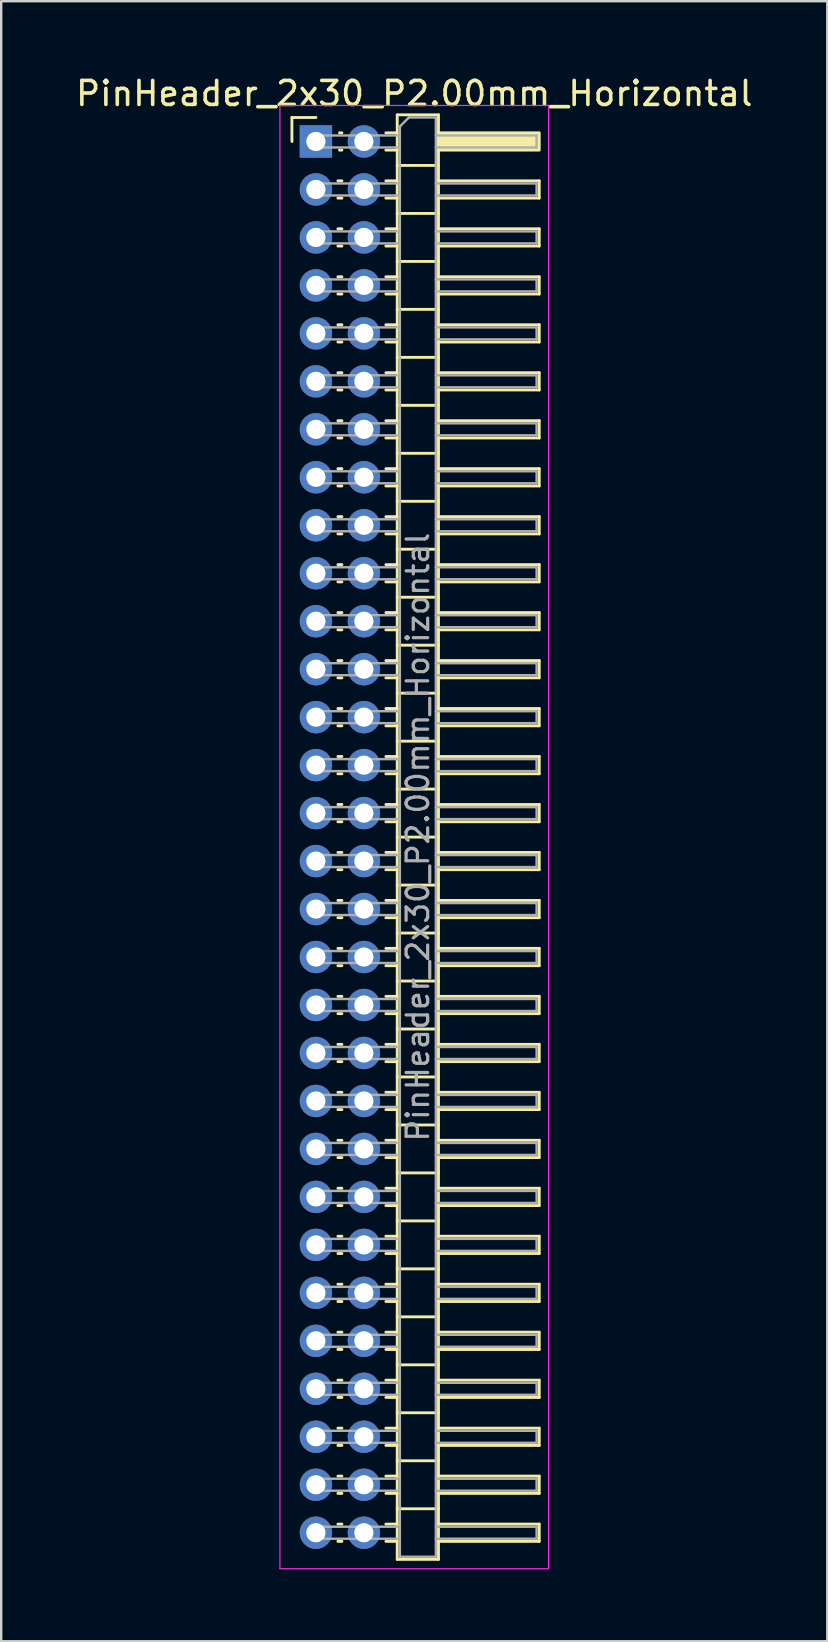
<source format=kicad_pcb>
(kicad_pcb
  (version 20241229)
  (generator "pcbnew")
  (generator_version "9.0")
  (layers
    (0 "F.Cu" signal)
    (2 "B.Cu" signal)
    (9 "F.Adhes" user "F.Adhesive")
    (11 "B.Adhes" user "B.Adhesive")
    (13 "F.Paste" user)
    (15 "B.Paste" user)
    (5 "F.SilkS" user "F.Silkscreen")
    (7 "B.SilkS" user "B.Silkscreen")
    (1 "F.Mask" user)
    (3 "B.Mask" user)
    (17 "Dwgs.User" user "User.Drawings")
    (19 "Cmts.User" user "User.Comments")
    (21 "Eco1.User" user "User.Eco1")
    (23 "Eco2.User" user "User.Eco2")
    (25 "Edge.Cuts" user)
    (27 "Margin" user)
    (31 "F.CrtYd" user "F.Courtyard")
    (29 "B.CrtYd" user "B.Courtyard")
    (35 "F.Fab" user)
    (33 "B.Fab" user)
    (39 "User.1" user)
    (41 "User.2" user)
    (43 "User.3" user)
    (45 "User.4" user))
  (footprint "PinHeader_2x30_P2.00mm_Horizontal"
    (layer "F.Cu")
    (at 10.12 2.848)
    (property "Reference" "PinHeader_2x30_P2.00mm_Horizontal" (at 4.1 -2 0) (layer "F.SilkS") (effects (font (size 1 1) (thickness 0.15))))
    (attr through_hole)
    (fp_line (start -1 -1) (end 0 -1) (stroke (width 0.12) (type solid)) (layer "F.SilkS"))
    (fp_line (start -1 0) (end -1 -1) (stroke (width 0.12) (type solid)) (layer "F.SilkS"))
    (fp_line (start 0.917 1.64) (end 1.083 1.64) (stroke (width 0.12) (type solid)) (layer "F.SilkS"))
    (fp_line (start 0.917 2.36) (end 1.083 2.36) (stroke (width 0.12) (type solid)) (layer "F.SilkS"))
    (fp_line (start 0.917 3.64) (end 1.083 3.64) (stroke (width 0.12) (type solid)) (layer "F.SilkS"))
    (fp_line (start 0.917 4.36) (end 1.083 4.36) (stroke (width 0.12) (type solid)) (layer "F.SilkS"))
    (fp_line (start 0.917 5.64) (end 1.083 5.64) (stroke (width 0.12) (type solid)) (layer "F.SilkS"))
    (fp_line (start 0.917 6.36) (end 1.083 6.36) (stroke (width 0.12) (type solid)) (layer "F.SilkS"))
    (fp_line (start 0.917 7.64) (end 1.083 7.64) (stroke (width 0.12) (type solid)) (layer "F.SilkS"))
    (fp_line (start 0.917 8.36) (end 1.083 8.36) (stroke (width 0.12) (type solid)) (layer "F.SilkS"))
    (fp_line (start 0.917 9.64) (end 1.083 9.64) (stroke (width 0.12) (type solid)) (layer "F.SilkS"))
    (fp_line (start 0.917 10.36) (end 1.083 10.36) (stroke (width 0.12) (type solid)) (layer "F.SilkS"))
    (fp_line (start 0.917 11.64) (end 1.083 11.64) (stroke (width 0.12) (type solid)) (layer "F.SilkS"))
    (fp_line (start 0.917 12.36) (end 1.083 12.36) (stroke (width 0.12) (type solid)) (layer "F.SilkS"))
    (fp_line (start 0.917 13.64) (end 1.083 13.64) (stroke (width 0.12) (type solid)) (layer "F.SilkS"))
    (fp_line (start 0.917 14.36) (end 1.083 14.36) (stroke (width 0.12) (type solid)) (layer "F.SilkS"))
    (fp_line (start 0.917 15.64) (end 1.083 15.64) (stroke (width 0.12) (type solid)) (layer "F.SilkS"))
    (fp_line (start 0.917 16.36) (end 1.083 16.36) (stroke (width 0.12) (type solid)) (layer "F.SilkS"))
    (fp_line (start 0.917 17.64) (end 1.083 17.64) (stroke (width 0.12) (type solid)) (layer "F.SilkS"))
    (fp_line (start 0.917 18.36) (end 1.083 18.36) (stroke (width 0.12) (type solid)) (layer "F.SilkS"))
    (fp_line (start 0.917 19.64) (end 1.083 19.64) (stroke (width 0.12) (type solid)) (layer "F.SilkS"))
    (fp_line (start 0.917 20.36) (end 1.083 20.36) (stroke (width 0.12) (type solid)) (layer "F.SilkS"))
    (fp_line (start 0.917 21.64) (end 1.083 21.64) (stroke (width 0.12) (type solid)) (layer "F.SilkS"))
    (fp_line (start 0.917 22.36) (end 1.083 22.36) (stroke (width 0.12) (type solid)) (layer "F.SilkS"))
    (fp_line (start 0.917 23.64) (end 1.083 23.64) (stroke (width 0.12) (type solid)) (layer "F.SilkS"))
    (fp_line (start 0.917 24.36) (end 1.083 24.36) (stroke (width 0.12) (type solid)) (layer "F.SilkS"))
    (fp_line (start 0.917 25.64) (end 1.083 25.64) (stroke (width 0.12) (type solid)) (layer "F.SilkS"))
    (fp_line (start 0.917 26.36) (end 1.083 26.36) (stroke (width 0.12) (type solid)) (layer "F.SilkS"))
    (fp_line (start 0.917 27.64) (end 1.083 27.64) (stroke (width 0.12) (type solid)) (layer "F.SilkS"))
    (fp_line (start 0.917 28.36) (end 1.083 28.36) (stroke (width 0.12) (type solid)) (layer "F.SilkS"))
    (fp_line (start 0.917 29.64) (end 1.083 29.64) (stroke (width 0.12) (type solid)) (layer "F.SilkS"))
    (fp_line (start 0.917 30.36) (end 1.083 30.36) (stroke (width 0.12) (type solid)) (layer "F.SilkS"))
    (fp_line (start 0.917 31.64) (end 1.083 31.64) (stroke (width 0.12) (type solid)) (layer "F.SilkS"))
    (fp_line (start 0.917 32.36) (end 1.083 32.36) (stroke (width 0.12) (type solid)) (layer "F.SilkS"))
    (fp_line (start 0.917 33.64) (end 1.083 33.64) (stroke (width 0.12) (type solid)) (layer "F.SilkS"))
    (fp_line (start 0.917 34.36) (end 1.083 34.36) (stroke (width 0.12) (type solid)) (layer "F.SilkS"))
    (fp_line (start 0.917 35.64) (end 1.083 35.64) (stroke (width 0.12) (type solid)) (layer "F.SilkS"))
    (fp_line (start 0.917 36.36) (end 1.083 36.36) (stroke (width 0.12) (type solid)) (layer "F.SilkS"))
    (fp_line (start 0.917 37.64) (end 1.083 37.64) (stroke (width 0.12) (type solid)) (layer "F.SilkS"))
    (fp_line (start 0.917 38.36) (end 1.083 38.36) (stroke (width 0.12) (type solid)) (layer "F.SilkS"))
    (fp_line (start 0.917 39.64) (end 1.083 39.64) (stroke (width 0.12) (type solid)) (layer "F.SilkS"))
    (fp_line (start 0.917 40.36) (end 1.083 40.36) (stroke (width 0.12) (type solid)) (layer "F.SilkS"))
    (fp_line (start 0.917 41.64) (end 1.083 41.64) (stroke (width 0.12) (type solid)) (layer "F.SilkS"))
    (fp_line (start 0.917 42.36) (end 1.083 42.36) (stroke (width 0.12) (type solid)) (layer "F.SilkS"))
    (fp_line (start 0.917 43.64) (end 1.083 43.64) (stroke (width 0.12) (type solid)) (layer "F.SilkS"))
    (fp_line (start 0.917 44.36) (end 1.083 44.36) (stroke (width 0.12) (type solid)) (layer "F.SilkS"))
    (fp_line (start 0.917 45.64) (end 1.083 45.64) (stroke (width 0.12) (type solid)) (layer "F.SilkS"))
    (fp_line (start 0.917 46.36) (end 1.083 46.36) (stroke (width 0.12) (type solid)) (layer "F.SilkS"))
    (fp_line (start 0.917 47.64) (end 1.083 47.64) (stroke (width 0.12) (type solid)) (layer "F.SilkS"))
    (fp_line (start 0.917 48.36) (end 1.083 48.36) (stroke (width 0.12) (type solid)) (layer "F.SilkS"))
    (fp_line (start 0.917 49.64) (end 1.083 49.64) (stroke (width 0.12) (type solid)) (layer "F.SilkS"))
    (fp_line (start 0.917 50.36) (end 1.083 50.36) (stroke (width 0.12) (type solid)) (layer "F.SilkS"))
    (fp_line (start 0.917 51.64) (end 1.083 51.64) (stroke (width 0.12) (type solid)) (layer "F.SilkS"))
    (fp_line (start 0.917 52.36) (end 1.083 52.36) (stroke (width 0.12) (type solid)) (layer "F.SilkS"))
    (fp_line (start 0.917 53.64) (end 1.083 53.64) (stroke (width 0.12) (type solid)) (layer "F.SilkS"))
    (fp_line (start 0.917 54.36) (end 1.083 54.36) (stroke (width 0.12) (type solid)) (layer "F.SilkS"))
    (fp_line (start 0.917 55.64) (end 1.083 55.64) (stroke (width 0.12) (type solid)) (layer "F.SilkS"))
    (fp_line (start 0.917 56.36) (end 1.083 56.36) (stroke (width 0.12) (type solid)) (layer "F.SilkS"))
    (fp_line (start 0.917 57.64) (end 1.083 57.64) (stroke (width 0.12) (type solid)) (layer "F.SilkS"))
    (fp_line (start 0.917 58.36) (end 1.083 58.36) (stroke (width 0.12) (type solid)) (layer "F.SilkS"))
    (fp_line (start 0.985 -0.36) (end 1.083 -0.36) (stroke (width 0.12) (type solid)) (layer "F.SilkS"))
    (fp_line (start 0.985 0.36) (end 1.083 0.36) (stroke (width 0.12) (type solid)) (layer "F.SilkS"))
    (fp_line (start 2.917 -0.36) (end 3.39 -0.36) (stroke (width 0.12) (type solid)) (layer "F.SilkS"))
    (fp_line (start 2.917 0.36) (end 3.39 0.36) (stroke (width 0.12) (type solid)) (layer "F.SilkS"))
    (fp_line (start 2.917 1.64) (end 3.39 1.64) (stroke (width 0.12) (type solid)) (layer "F.SilkS"))
    (fp_line (start 2.917 2.36) (end 3.39 2.36) (stroke (width 0.12) (type solid)) (layer "F.SilkS"))
    (fp_line (start 2.917 3.64) (end 3.39 3.64) (stroke (width 0.12) (type solid)) (layer "F.SilkS"))
    (fp_line (start 2.917 4.36) (end 3.39 4.36) (stroke (width 0.12) (type solid)) (layer "F.SilkS"))
    (fp_line (start 2.917 5.64) (end 3.39 5.64) (stroke (width 0.12) (type solid)) (layer "F.SilkS"))
    (fp_line (start 2.917 6.36) (end 3.39 6.36) (stroke (width 0.12) (type solid)) (layer "F.SilkS"))
    (fp_line (start 2.917 7.64) (end 3.39 7.64) (stroke (width 0.12) (type solid)) (layer "F.SilkS"))
    (fp_line (start 2.917 8.36) (end 3.39 8.36) (stroke (width 0.12) (type solid)) (layer "F.SilkS"))
    (fp_line (start 2.917 9.64) (end 3.39 9.64) (stroke (width 0.12) (type solid)) (layer "F.SilkS"))
    (fp_line (start 2.917 10.36) (end 3.39 10.36) (stroke (width 0.12) (type solid)) (layer "F.SilkS"))
    (fp_line (start 2.917 11.64) (end 3.39 11.64) (stroke (width 0.12) (type solid)) (layer "F.SilkS"))
    (fp_line (start 2.917 12.36) (end 3.39 12.36) (stroke (width 0.12) (type solid)) (layer "F.SilkS"))
    (fp_line (start 2.917 13.64) (end 3.39 13.64) (stroke (width 0.12) (type solid)) (layer "F.SilkS"))
    (fp_line (start 2.917 14.36) (end 3.39 14.36) (stroke (width 0.12) (type solid)) (layer "F.SilkS"))
    (fp_line (start 2.917 15.64) (end 3.39 15.64) (stroke (width 0.12) (type solid)) (layer "F.SilkS"))
    (fp_line (start 2.917 16.36) (end 3.39 16.36) (stroke (width 0.12) (type solid)) (layer "F.SilkS"))
    (fp_line (start 2.917 17.64) (end 3.39 17.64) (stroke (width 0.12) (type solid)) (layer "F.SilkS"))
    (fp_line (start 2.917 18.36) (end 3.39 18.36) (stroke (width 0.12) (type solid)) (layer "F.SilkS"))
    (fp_line (start 2.917 19.64) (end 3.39 19.64) (stroke (width 0.12) (type solid)) (layer "F.SilkS"))
    (fp_line (start 2.917 20.36) (end 3.39 20.36) (stroke (width 0.12) (type solid)) (layer "F.SilkS"))
    (fp_line (start 2.917 21.64) (end 3.39 21.64) (stroke (width 0.12) (type solid)) (layer "F.SilkS"))
    (fp_line (start 2.917 22.36) (end 3.39 22.36) (stroke (width 0.12) (type solid)) (layer "F.SilkS"))
    (fp_line (start 2.917 23.64) (end 3.39 23.64) (stroke (width 0.12) (type solid)) (layer "F.SilkS"))
    (fp_line (start 2.917 24.36) (end 3.39 24.36) (stroke (width 0.12) (type solid)) (layer "F.SilkS"))
    (fp_line (start 2.917 25.64) (end 3.39 25.64) (stroke (width 0.12) (type solid)) (layer "F.SilkS"))
    (fp_line (start 2.917 26.36) (end 3.39 26.36) (stroke (width 0.12) (type solid)) (layer "F.SilkS"))
    (fp_line (start 2.917 27.64) (end 3.39 27.64) (stroke (width 0.12) (type solid)) (layer "F.SilkS"))
    (fp_line (start 2.917 28.36) (end 3.39 28.36) (stroke (width 0.12) (type solid)) (layer "F.SilkS"))
    (fp_line (start 2.917 29.64) (end 3.39 29.64) (stroke (width 0.12) (type solid)) (layer "F.SilkS"))
    (fp_line (start 2.917 30.36) (end 3.39 30.36) (stroke (width 0.12) (type solid)) (layer "F.SilkS"))
    (fp_line (start 2.917 31.64) (end 3.39 31.64) (stroke (width 0.12) (type solid)) (layer "F.SilkS"))
    (fp_line (start 2.917 32.36) (end 3.39 32.36) (stroke (width 0.12) (type solid)) (layer "F.SilkS"))
    (fp_line (start 2.917 33.64) (end 3.39 33.64) (stroke (width 0.12) (type solid)) (layer "F.SilkS"))
    (fp_line (start 2.917 34.36) (end 3.39 34.36) (stroke (width 0.12) (type solid)) (layer "F.SilkS"))
    (fp_line (start 2.917 35.64) (end 3.39 35.64) (stroke (width 0.12) (type solid)) (layer "F.SilkS"))
    (fp_line (start 2.917 36.36) (end 3.39 36.36) (stroke (width 0.12) (type solid)) (layer "F.SilkS"))
    (fp_line (start 2.917 37.64) (end 3.39 37.64) (stroke (width 0.12) (type solid)) (layer "F.SilkS"))
    (fp_line (start 2.917 38.36) (end 3.39 38.36) (stroke (width 0.12) (type solid)) (layer "F.SilkS"))
    (fp_line (start 2.917 39.64) (end 3.39 39.64) (stroke (width 0.12) (type solid)) (layer "F.SilkS"))
    (fp_line (start 2.917 40.36) (end 3.39 40.36) (stroke (width 0.12) (type solid)) (layer "F.SilkS"))
    (fp_line (start 2.917 41.64) (end 3.39 41.64) (stroke (width 0.12) (type solid)) (layer "F.SilkS"))
    (fp_line (start 2.917 42.36) (end 3.39 42.36) (stroke (width 0.12) (type solid)) (layer "F.SilkS"))
    (fp_line (start 2.917 43.64) (end 3.39 43.64) (stroke (width 0.12) (type solid)) (layer "F.SilkS"))
    (fp_line (start 2.917 44.36) (end 3.39 44.36) (stroke (width 0.12) (type solid)) (layer "F.SilkS"))
    (fp_line (start 2.917 45.64) (end 3.39 45.64) (stroke (width 0.12) (type solid)) (layer "F.SilkS"))
    (fp_line (start 2.917 46.36) (end 3.39 46.36) (stroke (width 0.12) (type solid)) (layer "F.SilkS"))
    (fp_line (start 2.917 47.64) (end 3.39 47.64) (stroke (width 0.12) (type solid)) (layer "F.SilkS"))
    (fp_line (start 2.917 48.36) (end 3.39 48.36) (stroke (width 0.12) (type solid)) (layer "F.SilkS"))
    (fp_line (start 2.917 49.64) (end 3.39 49.64) (stroke (width 0.12) (type solid)) (layer "F.SilkS"))
    (fp_line (start 2.917 50.36) (end 3.39 50.36) (stroke (width 0.12) (type solid)) (layer "F.SilkS"))
    (fp_line (start 2.917 51.64) (end 3.39 51.64) (stroke (width 0.12) (type solid)) (layer "F.SilkS"))
    (fp_line (start 2.917 52.36) (end 3.39 52.36) (stroke (width 0.12) (type solid)) (layer "F.SilkS"))
    (fp_line (start 2.917 53.64) (end 3.39 53.64) (stroke (width 0.12) (type solid)) (layer "F.SilkS"))
    (fp_line (start 2.917 54.36) (end 3.39 54.36) (stroke (width 0.12) (type solid)) (layer "F.SilkS"))
    (fp_line (start 2.917 55.64) (end 3.39 55.64) (stroke (width 0.12) (type solid)) (layer "F.SilkS"))
    (fp_line (start 2.917 56.36) (end 3.39 56.36) (stroke (width 0.12) (type solid)) (layer "F.SilkS"))
    (fp_line (start 2.917 57.64) (end 3.39 57.64) (stroke (width 0.12) (type solid)) (layer "F.SilkS"))
    (fp_line (start 2.917 58.36) (end 3.39 58.36) (stroke (width 0.12) (type solid)) (layer "F.SilkS"))
    (fp_line (start 3.39 -1.11) (end 3.39 59.11) (stroke (width 0.12) (type solid)) (layer "F.SilkS"))
    (fp_line (start 3.39 1) (end 5.11 1) (stroke (width 0.12) (type solid)) (layer "F.SilkS"))
    (fp_line (start 3.39 3) (end 5.11 3) (stroke (width 0.12) (type solid)) (layer "F.SilkS"))
    (fp_line (start 3.39 5) (end 5.11 5) (stroke (width 0.12) (type solid)) (layer "F.SilkS"))
    (fp_line (start 3.39 7) (end 5.11 7) (stroke (width 0.12) (type solid)) (layer "F.SilkS"))
    (fp_line (start 3.39 9) (end 5.11 9) (stroke (width 0.12) (type solid)) (layer "F.SilkS"))
    (fp_line (start 3.39 11) (end 5.11 11) (stroke (width 0.12) (type solid)) (layer "F.SilkS"))
    (fp_line (start 3.39 13) (end 5.11 13) (stroke (width 0.12) (type solid)) (layer "F.SilkS"))
    (fp_line (start 3.39 15) (end 5.11 15) (stroke (width 0.12) (type solid)) (layer "F.SilkS"))
    (fp_line (start 3.39 17) (end 5.11 17) (stroke (width 0.12) (type solid)) (layer "F.SilkS"))
    (fp_line (start 3.39 19) (end 5.11 19) (stroke (width 0.12) (type solid)) (layer "F.SilkS"))
    (fp_line (start 3.39 21) (end 5.11 21) (stroke (width 0.12) (type solid)) (layer "F.SilkS"))
    (fp_line (start 3.39 23) (end 5.11 23) (stroke (width 0.12) (type solid)) (layer "F.SilkS"))
    (fp_line (start 3.39 25) (end 5.11 25) (stroke (width 0.12) (type solid)) (layer "F.SilkS"))
    (fp_line (start 3.39 27) (end 5.11 27) (stroke (width 0.12) (type solid)) (layer "F.SilkS"))
    (fp_line (start 3.39 29) (end 5.11 29) (stroke (width 0.12) (type solid)) (layer "F.SilkS"))
    (fp_line (start 3.39 31) (end 5.11 31) (stroke (width 0.12) (type solid)) (layer "F.SilkS"))
    (fp_line (start 3.39 33) (end 5.11 33) (stroke (width 0.12) (type solid)) (layer "F.SilkS"))
    (fp_line (start 3.39 35) (end 5.11 35) (stroke (width 0.12) (type solid)) (layer "F.SilkS"))
    (fp_line (start 3.39 37) (end 5.11 37) (stroke (width 0.12) (type solid)) (layer "F.SilkS"))
    (fp_line (start 3.39 39) (end 5.11 39) (stroke (width 0.12) (type solid)) (layer "F.SilkS"))
    (fp_line (start 3.39 41) (end 5.11 41) (stroke (width 0.12) (type solid)) (layer "F.SilkS"))
    (fp_line (start 3.39 43) (end 5.11 43) (stroke (width 0.12) (type solid)) (layer "F.SilkS"))
    (fp_line (start 3.39 45) (end 5.11 45) (stroke (width 0.12) (type solid)) (layer "F.SilkS"))
    (fp_line (start 3.39 47) (end 5.11 47) (stroke (width 0.12) (type solid)) (layer "F.SilkS"))
    (fp_line (start 3.39 49) (end 5.11 49) (stroke (width 0.12) (type solid)) (layer "F.SilkS"))
    (fp_line (start 3.39 51) (end 5.11 51) (stroke (width 0.12) (type solid)) (layer "F.SilkS"))
    (fp_line (start 3.39 53) (end 5.11 53) (stroke (width 0.12) (type solid)) (layer "F.SilkS"))
    (fp_line (start 3.39 55) (end 5.11 55) (stroke (width 0.12) (type solid)) (layer "F.SilkS"))
    (fp_line (start 3.39 57) (end 5.11 57) (stroke (width 0.12) (type solid)) (layer "F.SilkS"))
    (fp_line (start 3.39 59.11) (end 5.11 59.11) (stroke (width 0.12) (type solid)) (layer "F.SilkS"))
    (fp_line (start 5.11 -1.11) (end 3.39 -1.11) (stroke (width 0.12) (type solid)) (layer "F.SilkS"))
    (fp_line (start 5.11 1.64) (end 9.31 1.64) (stroke (width 0.12) (type solid)) (layer "F.SilkS"))
    (fp_line (start 5.11 3.64) (end 9.31 3.64) (stroke (width 0.12) (type solid)) (layer "F.SilkS"))
    (fp_line (start 5.11 5.64) (end 9.31 5.64) (stroke (width 0.12) (type solid)) (layer "F.SilkS"))
    (fp_line (start 5.11 7.64) (end 9.31 7.64) (stroke (width 0.12) (type solid)) (layer "F.SilkS"))
    (fp_line (start 5.11 9.64) (end 9.31 9.64) (stroke (width 0.12) (type solid)) (layer "F.SilkS"))
    (fp_line (start 5.11 11.64) (end 9.31 11.64) (stroke (width 0.12) (type solid)) (layer "F.SilkS"))
    (fp_line (start 5.11 13.64) (end 9.31 13.64) (stroke (width 0.12) (type solid)) (layer "F.SilkS"))
    (fp_line (start 5.11 15.64) (end 9.31 15.64) (stroke (width 0.12) (type solid)) (layer "F.SilkS"))
    (fp_line (start 5.11 17.64) (end 9.31 17.64) (stroke (width 0.12) (type solid)) (layer "F.SilkS"))
    (fp_line (start 5.11 19.64) (end 9.31 19.64) (stroke (width 0.12) (type solid)) (layer "F.SilkS"))
    (fp_line (start 5.11 21.64) (end 9.31 21.64) (stroke (width 0.12) (type solid)) (layer "F.SilkS"))
    (fp_line (start 5.11 23.64) (end 9.31 23.64) (stroke (width 0.12) (type solid)) (layer "F.SilkS"))
    (fp_line (start 5.11 25.64) (end 9.31 25.64) (stroke (width 0.12) (type solid)) (layer "F.SilkS"))
    (fp_line (start 5.11 27.64) (end 9.31 27.64) (stroke (width 0.12) (type solid)) (layer "F.SilkS"))
    (fp_line (start 5.11 29.64) (end 9.31 29.64) (stroke (width 0.12) (type solid)) (layer "F.SilkS"))
    (fp_line (start 5.11 31.64) (end 9.31 31.64) (stroke (width 0.12) (type solid)) (layer "F.SilkS"))
    (fp_line (start 5.11 33.64) (end 9.31 33.64) (stroke (width 0.12) (type solid)) (layer "F.SilkS"))
    (fp_line (start 5.11 35.64) (end 9.31 35.64) (stroke (width 0.12) (type solid)) (layer "F.SilkS"))
    (fp_line (start 5.11 37.64) (end 9.31 37.64) (stroke (width 0.12) (type solid)) (layer "F.SilkS"))
    (fp_line (start 5.11 39.64) (end 9.31 39.64) (stroke (width 0.12) (type solid)) (layer "F.SilkS"))
    (fp_line (start 5.11 41.64) (end 9.31 41.64) (stroke (width 0.12) (type solid)) (layer "F.SilkS"))
    (fp_line (start 5.11 43.64) (end 9.31 43.64) (stroke (width 0.12) (type solid)) (layer "F.SilkS"))
    (fp_line (start 5.11 45.64) (end 9.31 45.64) (stroke (width 0.12) (type solid)) (layer "F.SilkS"))
    (fp_line (start 5.11 47.64) (end 9.31 47.64) (stroke (width 0.12) (type solid)) (layer "F.SilkS"))
    (fp_line (start 5.11 49.64) (end 9.31 49.64) (stroke (width 0.12) (type solid)) (layer "F.SilkS"))
    (fp_line (start 5.11 51.64) (end 9.31 51.64) (stroke (width 0.12) (type solid)) (layer "F.SilkS"))
    (fp_line (start 5.11 53.64) (end 9.31 53.64) (stroke (width 0.12) (type solid)) (layer "F.SilkS"))
    (fp_line (start 5.11 55.64) (end 9.31 55.64) (stroke (width 0.12) (type solid)) (layer "F.SilkS"))
    (fp_line (start 5.11 57.64) (end 9.31 57.64) (stroke (width 0.12) (type solid)) (layer "F.SilkS"))
    (fp_line (start 5.11 59.11) (end 5.11 -1.11) (stroke (width 0.12) (type solid)) (layer "F.SilkS"))
    (fp_line (start 9.31 1.64) (end 9.31 2.36) (stroke (width 0.12) (type solid)) (layer "F.SilkS"))
    (fp_line (start 9.31 2.36) (end 5.11 2.36) (stroke (width 0.12) (type solid)) (layer "F.SilkS"))
    (fp_line (start 9.31 3.64) (end 9.31 4.36) (stroke (width 0.12) (type solid)) (layer "F.SilkS"))
    (fp_line (start 9.31 4.36) (end 5.11 4.36) (stroke (width 0.12) (type solid)) (layer "F.SilkS"))
    (fp_line (start 9.31 5.64) (end 9.31 6.36) (stroke (width 0.12) (type solid)) (layer "F.SilkS"))
    (fp_line (start 9.31 6.36) (end 5.11 6.36) (stroke (width 0.12) (type solid)) (layer "F.SilkS"))
    (fp_line (start 9.31 7.64) (end 9.31 8.36) (stroke (width 0.12) (type solid)) (layer "F.SilkS"))
    (fp_line (start 9.31 8.36) (end 5.11 8.36) (stroke (width 0.12) (type solid)) (layer "F.SilkS"))
    (fp_line (start 9.31 9.64) (end 9.31 10.36) (stroke (width 0.12) (type solid)) (layer "F.SilkS"))
    (fp_line (start 9.31 10.36) (end 5.11 10.36) (stroke (width 0.12) (type solid)) (layer "F.SilkS"))
    (fp_line (start 9.31 11.64) (end 9.31 12.36) (stroke (width 0.12) (type solid)) (layer "F.SilkS"))
    (fp_line (start 9.31 12.36) (end 5.11 12.36) (stroke (width 0.12) (type solid)) (layer "F.SilkS"))
    (fp_line (start 9.31 13.64) (end 9.31 14.36) (stroke (width 0.12) (type solid)) (layer "F.SilkS"))
    (fp_line (start 9.31 14.36) (end 5.11 14.36) (stroke (width 0.12) (type solid)) (layer "F.SilkS"))
    (fp_line (start 9.31 15.64) (end 9.31 16.36) (stroke (width 0.12) (type solid)) (layer "F.SilkS"))
    (fp_line (start 9.31 16.36) (end 5.11 16.36) (stroke (width 0.12) (type solid)) (layer "F.SilkS"))
    (fp_line (start 9.31 17.64) (end 9.31 18.36) (stroke (width 0.12) (type solid)) (layer "F.SilkS"))
    (fp_line (start 9.31 18.36) (end 5.11 18.36) (stroke (width 0.12) (type solid)) (layer "F.SilkS"))
    (fp_line (start 9.31 19.64) (end 9.31 20.36) (stroke (width 0.12) (type solid)) (layer "F.SilkS"))
    (fp_line (start 9.31 20.36) (end 5.11 20.36) (stroke (width 0.12) (type solid)) (layer "F.SilkS"))
    (fp_line (start 9.31 21.64) (end 9.31 22.36) (stroke (width 0.12) (type solid)) (layer "F.SilkS"))
    (fp_line (start 9.31 22.36) (end 5.11 22.36) (stroke (width 0.12) (type solid)) (layer "F.SilkS"))
    (fp_line (start 9.31 23.64) (end 9.31 24.36) (stroke (width 0.12) (type solid)) (layer "F.SilkS"))
    (fp_line (start 9.31 24.36) (end 5.11 24.36) (stroke (width 0.12) (type solid)) (layer "F.SilkS"))
    (fp_line (start 9.31 25.64) (end 9.31 26.36) (stroke (width 0.12) (type solid)) (layer "F.SilkS"))
    (fp_line (start 9.31 26.36) (end 5.11 26.36) (stroke (width 0.12) (type solid)) (layer "F.SilkS"))
    (fp_line (start 9.31 27.64) (end 9.31 28.36) (stroke (width 0.12) (type solid)) (layer "F.SilkS"))
    (fp_line (start 9.31 28.36) (end 5.11 28.36) (stroke (width 0.12) (type solid)) (layer "F.SilkS"))
    (fp_line (start 9.31 29.64) (end 9.31 30.36) (stroke (width 0.12) (type solid)) (layer "F.SilkS"))
    (fp_line (start 9.31 30.36) (end 5.11 30.36) (stroke (width 0.12) (type solid)) (layer "F.SilkS"))
    (fp_line (start 9.31 31.64) (end 9.31 32.36) (stroke (width 0.12) (type solid)) (layer "F.SilkS"))
    (fp_line (start 9.31 32.36) (end 5.11 32.36) (stroke (width 0.12) (type solid)) (layer "F.SilkS"))
    (fp_line (start 9.31 33.64) (end 9.31 34.36) (stroke (width 0.12) (type solid)) (layer "F.SilkS"))
    (fp_line (start 9.31 34.36) (end 5.11 34.36) (stroke (width 0.12) (type solid)) (layer "F.SilkS"))
    (fp_line (start 9.31 35.64) (end 9.31 36.36) (stroke (width 0.12) (type solid)) (layer "F.SilkS"))
    (fp_line (start 9.31 36.36) (end 5.11 36.36) (stroke (width 0.12) (type solid)) (layer "F.SilkS"))
    (fp_line (start 9.31 37.64) (end 9.31 38.36) (stroke (width 0.12) (type solid)) (layer "F.SilkS"))
    (fp_line (start 9.31 38.36) (end 5.11 38.36) (stroke (width 0.12) (type solid)) (layer "F.SilkS"))
    (fp_line (start 9.31 39.64) (end 9.31 40.36) (stroke (width 0.12) (type solid)) (layer "F.SilkS"))
    (fp_line (start 9.31 40.36) (end 5.11 40.36) (stroke (width 0.12) (type solid)) (layer "F.SilkS"))
    (fp_line (start 9.31 41.64) (end 9.31 42.36) (stroke (width 0.12) (type solid)) (layer "F.SilkS"))
    (fp_line (start 9.31 42.36) (end 5.11 42.36) (stroke (width 0.12) (type solid)) (layer "F.SilkS"))
    (fp_line (start 9.31 43.64) (end 9.31 44.36) (stroke (width 0.12) (type solid)) (layer "F.SilkS"))
    (fp_line (start 9.31 44.36) (end 5.11 44.36) (stroke (width 0.12) (type solid)) (layer "F.SilkS"))
    (fp_line (start 9.31 45.64) (end 9.31 46.36) (stroke (width 0.12) (type solid)) (layer "F.SilkS"))
    (fp_line (start 9.31 46.36) (end 5.11 46.36) (stroke (width 0.12) (type solid)) (layer "F.SilkS"))
    (fp_line (start 9.31 47.64) (end 9.31 48.36) (stroke (width 0.12) (type solid)) (layer "F.SilkS"))
    (fp_line (start 9.31 48.36) (end 5.11 48.36) (stroke (width 0.12) (type solid)) (layer "F.SilkS"))
    (fp_line (start 9.31 49.64) (end 9.31 50.36) (stroke (width 0.12) (type solid)) (layer "F.SilkS"))
    (fp_line (start 9.31 50.36) (end 5.11 50.36) (stroke (width 0.12) (type solid)) (layer "F.SilkS"))
    (fp_line (start 9.31 51.64) (end 9.31 52.36) (stroke (width 0.12) (type solid)) (layer "F.SilkS"))
    (fp_line (start 9.31 52.36) (end 5.11 52.36) (stroke (width 0.12) (type solid)) (layer "F.SilkS"))
    (fp_line (start 9.31 53.64) (end 9.31 54.36) (stroke (width 0.12) (type solid)) (layer "F.SilkS"))
    (fp_line (start 9.31 54.36) (end 5.11 54.36) (stroke (width 0.12) (type solid)) (layer "F.SilkS"))
    (fp_line (start 9.31 55.64) (end 9.31 56.36) (stroke (width 0.12) (type solid)) (layer "F.SilkS"))
    (fp_line (start 9.31 56.36) (end 5.11 56.36) (stroke (width 0.12) (type solid)) (layer "F.SilkS"))
    (fp_line (start 9.31 57.64) (end 9.31 58.36) (stroke (width 0.12) (type solid)) (layer "F.SilkS"))
    (fp_line (start 9.31 58.36) (end 5.11 58.36) (stroke (width 0.12) (type solid)) (layer "F.SilkS"))
    (fp_rect (start 5.11 -0.36) (end 9.31 0.36) (stroke (width 0.12) (type solid)) (fill yes) (layer "F.SilkS"))
    (fp_line (start -1.5 -1.5) (end -1.5 59.5) (stroke (width 0.05) (type solid)) (layer "F.CrtYd"))
    (fp_line (start -1.5 59.5) (end 9.7 59.5) (stroke (width 0.05) (type solid)) (layer "F.CrtYd"))
    (fp_line (start 9.7 -1.5) (end -1.5 -1.5) (stroke (width 0.05) (type solid)) (layer "F.CrtYd"))
    (fp_line (start 9.7 59.5) (end 9.7 -1.5) (stroke (width 0.05) (type solid)) (layer "F.CrtYd"))
    (fp_line (start -0.25 -0.25) (end -0.25 0.25) (stroke (width 0.1) (type solid)) (layer "F.Fab"))
    (fp_line (start -0.25 -0.25) (end 3.5 -0.25) (stroke (width 0.1) (type solid)) (layer "F.Fab"))
    (fp_line (start -0.25 0.25) (end 3.5 0.25) (stroke (width 0.1) (type solid)) (layer "F.Fab"))
    (fp_line (start -0.25 1.75) (end -0.25 2.25) (stroke (width 0.1) (type solid)) (layer "F.Fab"))
    (fp_line (start -0.25 1.75) (end 3.5 1.75) (stroke (width 0.1) (type solid)) (layer "F.Fab"))
    (fp_line (start -0.25 2.25) (end 3.5 2.25) (stroke (width 0.1) (type solid)) (layer "F.Fab"))
    (fp_line (start -0.25 3.75) (end -0.25 4.25) (stroke (width 0.1) (type solid)) (layer "F.Fab"))
    (fp_line (start -0.25 3.75) (end 3.5 3.75) (stroke (width 0.1) (type solid)) (layer "F.Fab"))
    (fp_line (start -0.25 4.25) (end 3.5 4.25) (stroke (width 0.1) (type solid)) (layer "F.Fab"))
    (fp_line (start -0.25 5.75) (end -0.25 6.25) (stroke (width 0.1) (type solid)) (layer "F.Fab"))
    (fp_line (start -0.25 5.75) (end 3.5 5.75) (stroke (width 0.1) (type solid)) (layer "F.Fab"))
    (fp_line (start -0.25 6.25) (end 3.5 6.25) (stroke (width 0.1) (type solid)) (layer "F.Fab"))
    (fp_line (start -0.25 7.75) (end -0.25 8.25) (stroke (width 0.1) (type solid)) (layer "F.Fab"))
    (fp_line (start -0.25 7.75) (end 3.5 7.75) (stroke (width 0.1) (type solid)) (layer "F.Fab"))
    (fp_line (start -0.25 8.25) (end 3.5 8.25) (stroke (width 0.1) (type solid)) (layer "F.Fab"))
    (fp_line (start -0.25 9.75) (end -0.25 10.25) (stroke (width 0.1) (type solid)) (layer "F.Fab"))
    (fp_line (start -0.25 9.75) (end 3.5 9.75) (stroke (width 0.1) (type solid)) (layer "F.Fab"))
    (fp_line (start -0.25 10.25) (end 3.5 10.25) (stroke (width 0.1) (type solid)) (layer "F.Fab"))
    (fp_line (start -0.25 11.75) (end -0.25 12.25) (stroke (width 0.1) (type solid)) (layer "F.Fab"))
    (fp_line (start -0.25 11.75) (end 3.5 11.75) (stroke (width 0.1) (type solid)) (layer "F.Fab"))
    (fp_line (start -0.25 12.25) (end 3.5 12.25) (stroke (width 0.1) (type solid)) (layer "F.Fab"))
    (fp_line (start -0.25 13.75) (end -0.25 14.25) (stroke (width 0.1) (type solid)) (layer "F.Fab"))
    (fp_line (start -0.25 13.75) (end 3.5 13.75) (stroke (width 0.1) (type solid)) (layer "F.Fab"))
    (fp_line (start -0.25 14.25) (end 3.5 14.25) (stroke (width 0.1) (type solid)) (layer "F.Fab"))
    (fp_line (start -0.25 15.75) (end -0.25 16.25) (stroke (width 0.1) (type solid)) (layer "F.Fab"))
    (fp_line (start -0.25 15.75) (end 3.5 15.75) (stroke (width 0.1) (type solid)) (layer "F.Fab"))
    (fp_line (start -0.25 16.25) (end 3.5 16.25) (stroke (width 0.1) (type solid)) (layer "F.Fab"))
    (fp_line (start -0.25 17.75) (end -0.25 18.25) (stroke (width 0.1) (type solid)) (layer "F.Fab"))
    (fp_line (start -0.25 17.75) (end 3.5 17.75) (stroke (width 0.1) (type solid)) (layer "F.Fab"))
    (fp_line (start -0.25 18.25) (end 3.5 18.25) (stroke (width 0.1) (type solid)) (layer "F.Fab"))
    (fp_line (start -0.25 19.75) (end -0.25 20.25) (stroke (width 0.1) (type solid)) (layer "F.Fab"))
    (fp_line (start -0.25 19.75) (end 3.5 19.75) (stroke (width 0.1) (type solid)) (layer "F.Fab"))
    (fp_line (start -0.25 20.25) (end 3.5 20.25) (stroke (width 0.1) (type solid)) (layer "F.Fab"))
    (fp_line (start -0.25 21.75) (end -0.25 22.25) (stroke (width 0.1) (type solid)) (layer "F.Fab"))
    (fp_line (start -0.25 21.75) (end 3.5 21.75) (stroke (width 0.1) (type solid)) (layer "F.Fab"))
    (fp_line (start -0.25 22.25) (end 3.5 22.25) (stroke (width 0.1) (type solid)) (layer "F.Fab"))
    (fp_line (start -0.25 23.75) (end -0.25 24.25) (stroke (width 0.1) (type solid)) (layer "F.Fab"))
    (fp_line (start -0.25 23.75) (end 3.5 23.75) (stroke (width 0.1) (type solid)) (layer "F.Fab"))
    (fp_line (start -0.25 24.25) (end 3.5 24.25) (stroke (width 0.1) (type solid)) (layer "F.Fab"))
    (fp_line (start -0.25 25.75) (end -0.25 26.25) (stroke (width 0.1) (type solid)) (layer "F.Fab"))
    (fp_line (start -0.25 25.75) (end 3.5 25.75) (stroke (width 0.1) (type solid)) (layer "F.Fab"))
    (fp_line (start -0.25 26.25) (end 3.5 26.25) (stroke (width 0.1) (type solid)) (layer "F.Fab"))
    (fp_line (start -0.25 27.75) (end -0.25 28.25) (stroke (width 0.1) (type solid)) (layer "F.Fab"))
    (fp_line (start -0.25 27.75) (end 3.5 27.75) (stroke (width 0.1) (type solid)) (layer "F.Fab"))
    (fp_line (start -0.25 28.25) (end 3.5 28.25) (stroke (width 0.1) (type solid)) (layer "F.Fab"))
    (fp_line (start -0.25 29.75) (end -0.25 30.25) (stroke (width 0.1) (type solid)) (layer "F.Fab"))
    (fp_line (start -0.25 29.75) (end 3.5 29.75) (stroke (width 0.1) (type solid)) (layer "F.Fab"))
    (fp_line (start -0.25 30.25) (end 3.5 30.25) (stroke (width 0.1) (type solid)) (layer "F.Fab"))
    (fp_line (start -0.25 31.75) (end -0.25 32.25) (stroke (width 0.1) (type solid)) (layer "F.Fab"))
    (fp_line (start -0.25 31.75) (end 3.5 31.75) (stroke (width 0.1) (type solid)) (layer "F.Fab"))
    (fp_line (start -0.25 32.25) (end 3.5 32.25) (stroke (width 0.1) (type solid)) (layer "F.Fab"))
    (fp_line (start -0.25 33.75) (end -0.25 34.25) (stroke (width 0.1) (type solid)) (layer "F.Fab"))
    (fp_line (start -0.25 33.75) (end 3.5 33.75) (stroke (width 0.1) (type solid)) (layer "F.Fab"))
    (fp_line (start -0.25 34.25) (end 3.5 34.25) (stroke (width 0.1) (type solid)) (layer "F.Fab"))
    (fp_line (start -0.25 35.75) (end -0.25 36.25) (stroke (width 0.1) (type solid)) (layer "F.Fab"))
    (fp_line (start -0.25 35.75) (end 3.5 35.75) (stroke (width 0.1) (type solid)) (layer "F.Fab"))
    (fp_line (start -0.25 36.25) (end 3.5 36.25) (stroke (width 0.1) (type solid)) (layer "F.Fab"))
    (fp_line (start -0.25 37.75) (end -0.25 38.25) (stroke (width 0.1) (type solid)) (layer "F.Fab"))
    (fp_line (start -0.25 37.75) (end 3.5 37.75) (stroke (width 0.1) (type solid)) (layer "F.Fab"))
    (fp_line (start -0.25 38.25) (end 3.5 38.25) (stroke (width 0.1) (type solid)) (layer "F.Fab"))
    (fp_line (start -0.25 39.75) (end -0.25 40.25) (stroke (width 0.1) (type solid)) (layer "F.Fab"))
    (fp_line (start -0.25 39.75) (end 3.5 39.75) (stroke (width 0.1) (type solid)) (layer "F.Fab"))
    (fp_line (start -0.25 40.25) (end 3.5 40.25) (stroke (width 0.1) (type solid)) (layer "F.Fab"))
    (fp_line (start -0.25 41.75) (end -0.25 42.25) (stroke (width 0.1) (type solid)) (layer "F.Fab"))
    (fp_line (start -0.25 41.75) (end 3.5 41.75) (stroke (width 0.1) (type solid)) (layer "F.Fab"))
    (fp_line (start -0.25 42.25) (end 3.5 42.25) (stroke (width 0.1) (type solid)) (layer "F.Fab"))
    (fp_line (start -0.25 43.75) (end -0.25 44.25) (stroke (width 0.1) (type solid)) (layer "F.Fab"))
    (fp_line (start -0.25 43.75) (end 3.5 43.75) (stroke (width 0.1) (type solid)) (layer "F.Fab"))
    (fp_line (start -0.25 44.25) (end 3.5 44.25) (stroke (width 0.1) (type solid)) (layer "F.Fab"))
    (fp_line (start -0.25 45.75) (end -0.25 46.25) (stroke (width 0.1) (type solid)) (layer "F.Fab"))
    (fp_line (start -0.25 45.75) (end 3.5 45.75) (stroke (width 0.1) (type solid)) (layer "F.Fab"))
    (fp_line (start -0.25 46.25) (end 3.5 46.25) (stroke (width 0.1) (type solid)) (layer "F.Fab"))
    (fp_line (start -0.25 47.75) (end -0.25 48.25) (stroke (width 0.1) (type solid)) (layer "F.Fab"))
    (fp_line (start -0.25 47.75) (end 3.5 47.75) (stroke (width 0.1) (type solid)) (layer "F.Fab"))
    (fp_line (start -0.25 48.25) (end 3.5 48.25) (stroke (width 0.1) (type solid)) (layer "F.Fab"))
    (fp_line (start -0.25 49.75) (end -0.25 50.25) (stroke (width 0.1) (type solid)) (layer "F.Fab"))
    (fp_line (start -0.25 49.75) (end 3.5 49.75) (stroke (width 0.1) (type solid)) (layer "F.Fab"))
    (fp_line (start -0.25 50.25) (end 3.5 50.25) (stroke (width 0.1) (type solid)) (layer "F.Fab"))
    (fp_line (start -0.25 51.75) (end -0.25 52.25) (stroke (width 0.1) (type solid)) (layer "F.Fab"))
    (fp_line (start -0.25 51.75) (end 3.5 51.75) (stroke (width 0.1) (type solid)) (layer "F.Fab"))
    (fp_line (start -0.25 52.25) (end 3.5 52.25) (stroke (width 0.1) (type solid)) (layer "F.Fab"))
    (fp_line (start -0.25 53.75) (end -0.25 54.25) (stroke (width 0.1) (type solid)) (layer "F.Fab"))
    (fp_line (start -0.25 53.75) (end 3.5 53.75) (stroke (width 0.1) (type solid)) (layer "F.Fab"))
    (fp_line (start -0.25 54.25) (end 3.5 54.25) (stroke (width 0.1) (type solid)) (layer "F.Fab"))
    (fp_line (start -0.25 55.75) (end -0.25 56.25) (stroke (width 0.1) (type solid)) (layer "F.Fab"))
    (fp_line (start -0.25 55.75) (end 3.5 55.75) (stroke (width 0.1) (type solid)) (layer "F.Fab"))
    (fp_line (start -0.25 56.25) (end 3.5 56.25) (stroke (width 0.1) (type solid)) (layer "F.Fab"))
    (fp_line (start -0.25 57.75) (end -0.25 58.25) (stroke (width 0.1) (type solid)) (layer "F.Fab"))
    (fp_line (start -0.25 57.75) (end 3.5 57.75) (stroke (width 0.1) (type solid)) (layer "F.Fab"))
    (fp_line (start -0.25 58.25) (end 3.5 58.25) (stroke (width 0.1) (type solid)) (layer "F.Fab"))
    (fp_line (start 3.5 -0.625) (end 3.875 -1) (stroke (width 0.1) (type solid)) (layer "F.Fab"))
    (fp_line (start 3.5 59) (end 3.5 -0.625) (stroke (width 0.1) (type solid)) (layer "F.Fab"))
    (fp_line (start 3.875 -1) (end 5 -1) (stroke (width 0.1) (type solid)) (layer "F.Fab"))
    (fp_line (start 5 -1) (end 5 59) (stroke (width 0.1) (type solid)) (layer "F.Fab"))
    (fp_line (start 5 -0.25) (end 9.2 -0.25) (stroke (width 0.1) (type solid)) (layer "F.Fab"))
    (fp_line (start 5 0.25) (end 9.2 0.25) (stroke (width 0.1) (type solid)) (layer "F.Fab"))
    (fp_line (start 5 1.75) (end 9.2 1.75) (stroke (width 0.1) (type solid)) (layer "F.Fab"))
    (fp_line (start 5 2.25) (end 9.2 2.25) (stroke (width 0.1) (type solid)) (layer "F.Fab"))
    (fp_line (start 5 3.75) (end 9.2 3.75) (stroke (width 0.1) (type solid)) (layer "F.Fab"))
    (fp_line (start 5 4.25) (end 9.2 4.25) (stroke (width 0.1) (type solid)) (layer "F.Fab"))
    (fp_line (start 5 5.75) (end 9.2 5.75) (stroke (width 0.1) (type solid)) (layer "F.Fab"))
    (fp_line (start 5 6.25) (end 9.2 6.25) (stroke (width 0.1) (type solid)) (layer "F.Fab"))
    (fp_line (start 5 7.75) (end 9.2 7.75) (stroke (width 0.1) (type solid)) (layer "F.Fab"))
    (fp_line (start 5 8.25) (end 9.2 8.25) (stroke (width 0.1) (type solid)) (layer "F.Fab"))
    (fp_line (start 5 9.75) (end 9.2 9.75) (stroke (width 0.1) (type solid)) (layer "F.Fab"))
    (fp_line (start 5 10.25) (end 9.2 10.25) (stroke (width 0.1) (type solid)) (layer "F.Fab"))
    (fp_line (start 5 11.75) (end 9.2 11.75) (stroke (width 0.1) (type solid)) (layer "F.Fab"))
    (fp_line (start 5 12.25) (end 9.2 12.25) (stroke (width 0.1) (type solid)) (layer "F.Fab"))
    (fp_line (start 5 13.75) (end 9.2 13.75) (stroke (width 0.1) (type solid)) (layer "F.Fab"))
    (fp_line (start 5 14.25) (end 9.2 14.25) (stroke (width 0.1) (type solid)) (layer "F.Fab"))
    (fp_line (start 5 15.75) (end 9.2 15.75) (stroke (width 0.1) (type solid)) (layer "F.Fab"))
    (fp_line (start 5 16.25) (end 9.2 16.25) (stroke (width 0.1) (type solid)) (layer "F.Fab"))
    (fp_line (start 5 17.75) (end 9.2 17.75) (stroke (width 0.1) (type solid)) (layer "F.Fab"))
    (fp_line (start 5 18.25) (end 9.2 18.25) (stroke (width 0.1) (type solid)) (layer "F.Fab"))
    (fp_line (start 5 19.75) (end 9.2 19.75) (stroke (width 0.1) (type solid)) (layer "F.Fab"))
    (fp_line (start 5 20.25) (end 9.2 20.25) (stroke (width 0.1) (type solid)) (layer "F.Fab"))
    (fp_line (start 5 21.75) (end 9.2 21.75) (stroke (width 0.1) (type solid)) (layer "F.Fab"))
    (fp_line (start 5 22.25) (end 9.2 22.25) (stroke (width 0.1) (type solid)) (layer "F.Fab"))
    (fp_line (start 5 23.75) (end 9.2 23.75) (stroke (width 0.1) (type solid)) (layer "F.Fab"))
    (fp_line (start 5 24.25) (end 9.2 24.25) (stroke (width 0.1) (type solid)) (layer "F.Fab"))
    (fp_line (start 5 25.75) (end 9.2 25.75) (stroke (width 0.1) (type solid)) (layer "F.Fab"))
    (fp_line (start 5 26.25) (end 9.2 26.25) (stroke (width 0.1) (type solid)) (layer "F.Fab"))
    (fp_line (start 5 27.75) (end 9.2 27.75) (stroke (width 0.1) (type solid)) (layer "F.Fab"))
    (fp_line (start 5 28.25) (end 9.2 28.25) (stroke (width 0.1) (type solid)) (layer "F.Fab"))
    (fp_line (start 5 29.75) (end 9.2 29.75) (stroke (width 0.1) (type solid)) (layer "F.Fab"))
    (fp_line (start 5 30.25) (end 9.2 30.25) (stroke (width 0.1) (type solid)) (layer "F.Fab"))
    (fp_line (start 5 31.75) (end 9.2 31.75) (stroke (width 0.1) (type solid)) (layer "F.Fab"))
    (fp_line (start 5 32.25) (end 9.2 32.25) (stroke (width 0.1) (type solid)) (layer "F.Fab"))
    (fp_line (start 5 33.75) (end 9.2 33.75) (stroke (width 0.1) (type solid)) (layer "F.Fab"))
    (fp_line (start 5 34.25) (end 9.2 34.25) (stroke (width 0.1) (type solid)) (layer "F.Fab"))
    (fp_line (start 5 35.75) (end 9.2 35.75) (stroke (width 0.1) (type solid)) (layer "F.Fab"))
    (fp_line (start 5 36.25) (end 9.2 36.25) (stroke (width 0.1) (type solid)) (layer "F.Fab"))
    (fp_line (start 5 37.75) (end 9.2 37.75) (stroke (width 0.1) (type solid)) (layer "F.Fab"))
    (fp_line (start 5 38.25) (end 9.2 38.25) (stroke (width 0.1) (type solid)) (layer "F.Fab"))
    (fp_line (start 5 39.75) (end 9.2 39.75) (stroke (width 0.1) (type solid)) (layer "F.Fab"))
    (fp_line (start 5 40.25) (end 9.2 40.25) (stroke (width 0.1) (type solid)) (layer "F.Fab"))
    (fp_line (start 5 41.75) (end 9.2 41.75) (stroke (width 0.1) (type solid)) (layer "F.Fab"))
    (fp_line (start 5 42.25) (end 9.2 42.25) (stroke (width 0.1) (type solid)) (layer "F.Fab"))
    (fp_line (start 5 43.75) (end 9.2 43.75) (stroke (width 0.1) (type solid)) (layer "F.Fab"))
    (fp_line (start 5 44.25) (end 9.2 44.25) (stroke (width 0.1) (type solid)) (layer "F.Fab"))
    (fp_line (start 5 45.75) (end 9.2 45.75) (stroke (width 0.1) (type solid)) (layer "F.Fab"))
    (fp_line (start 5 46.25) (end 9.2 46.25) (stroke (width 0.1) (type solid)) (layer "F.Fab"))
    (fp_line (start 5 47.75) (end 9.2 47.75) (stroke (width 0.1) (type solid)) (layer "F.Fab"))
    (fp_line (start 5 48.25) (end 9.2 48.25) (stroke (width 0.1) (type solid)) (layer "F.Fab"))
    (fp_line (start 5 49.75) (end 9.2 49.75) (stroke (width 0.1) (type solid)) (layer "F.Fab"))
    (fp_line (start 5 50.25) (end 9.2 50.25) (stroke (width 0.1) (type solid)) (layer "F.Fab"))
    (fp_line (start 5 51.75) (end 9.2 51.75) (stroke (width 0.1) (type solid)) (layer "F.Fab"))
    (fp_line (start 5 52.25) (end 9.2 52.25) (stroke (width 0.1) (type solid)) (layer "F.Fab"))
    (fp_line (start 5 53.75) (end 9.2 53.75) (stroke (width 0.1) (type solid)) (layer "F.Fab"))
    (fp_line (start 5 54.25) (end 9.2 54.25) (stroke (width 0.1) (type solid)) (layer "F.Fab"))
    (fp_line (start 5 55.75) (end 9.2 55.75) (stroke (width 0.1) (type solid)) (layer "F.Fab"))
    (fp_line (start 5 56.25) (end 9.2 56.25) (stroke (width 0.1) (type solid)) (layer "F.Fab"))
    (fp_line (start 5 57.75) (end 9.2 57.75) (stroke (width 0.1) (type solid)) (layer "F.Fab"))
    (fp_line (start 5 58.25) (end 9.2 58.25) (stroke (width 0.1) (type solid)) (layer "F.Fab"))
    (fp_line (start 5 59) (end 3.5 59) (stroke (width 0.1) (type solid)) (layer "F.Fab"))
    (fp_line (start 9.2 -0.25) (end 9.2 0.25) (stroke (width 0.1) (type solid)) (layer "F.Fab"))
    (fp_line (start 9.2 1.75) (end 9.2 2.25) (stroke (width 0.1) (type solid)) (layer "F.Fab"))
    (fp_line (start 9.2 3.75) (end 9.2 4.25) (stroke (width 0.1) (type solid)) (layer "F.Fab"))
    (fp_line (start 9.2 5.75) (end 9.2 6.25) (stroke (width 0.1) (type solid)) (layer "F.Fab"))
    (fp_line (start 9.2 7.75) (end 9.2 8.25) (stroke (width 0.1) (type solid)) (layer "F.Fab"))
    (fp_line (start 9.2 9.75) (end 9.2 10.25) (stroke (width 0.1) (type solid)) (layer "F.Fab"))
    (fp_line (start 9.2 11.75) (end 9.2 12.25) (stroke (width 0.1) (type solid)) (layer "F.Fab"))
    (fp_line (start 9.2 13.75) (end 9.2 14.25) (stroke (width 0.1) (type solid)) (layer "F.Fab"))
    (fp_line (start 9.2 15.75) (end 9.2 16.25) (stroke (width 0.1) (type solid)) (layer "F.Fab"))
    (fp_line (start 9.2 17.75) (end 9.2 18.25) (stroke (width 0.1) (type solid)) (layer "F.Fab"))
    (fp_line (start 9.2 19.75) (end 9.2 20.25) (stroke (width 0.1) (type solid)) (layer "F.Fab"))
    (fp_line (start 9.2 21.75) (end 9.2 22.25) (stroke (width 0.1) (type solid)) (layer "F.Fab"))
    (fp_line (start 9.2 23.75) (end 9.2 24.25) (stroke (width 0.1) (type solid)) (layer "F.Fab"))
    (fp_line (start 9.2 25.75) (end 9.2 26.25) (stroke (width 0.1) (type solid)) (layer "F.Fab"))
    (fp_line (start 9.2 27.75) (end 9.2 28.25) (stroke (width 0.1) (type solid)) (layer "F.Fab"))
    (fp_line (start 9.2 29.75) (end 9.2 30.25) (stroke (width 0.1) (type solid)) (layer "F.Fab"))
    (fp_line (start 9.2 31.75) (end 9.2 32.25) (stroke (width 0.1) (type solid)) (layer "F.Fab"))
    (fp_line (start 9.2 33.75) (end 9.2 34.25) (stroke (width 0.1) (type solid)) (layer "F.Fab"))
    (fp_line (start 9.2 35.75) (end 9.2 36.25) (stroke (width 0.1) (type solid)) (layer "F.Fab"))
    (fp_line (start 9.2 37.75) (end 9.2 38.25) (stroke (width 0.1) (type solid)) (layer "F.Fab"))
    (fp_line (start 9.2 39.75) (end 9.2 40.25) (stroke (width 0.1) (type solid)) (layer "F.Fab"))
    (fp_line (start 9.2 41.75) (end 9.2 42.25) (stroke (width 0.1) (type solid)) (layer "F.Fab"))
    (fp_line (start 9.2 43.75) (end 9.2 44.25) (stroke (width 0.1) (type solid)) (layer "F.Fab"))
    (fp_line (start 9.2 45.75) (end 9.2 46.25) (stroke (width 0.1) (type solid)) (layer "F.Fab"))
    (fp_line (start 9.2 47.75) (end 9.2 48.25) (stroke (width 0.1) (type solid)) (layer "F.Fab"))
    (fp_line (start 9.2 49.75) (end 9.2 50.25) (stroke (width 0.1) (type solid)) (layer "F.Fab"))
    (fp_line (start 9.2 51.75) (end 9.2 52.25) (stroke (width 0.1) (type solid)) (layer "F.Fab"))
    (fp_line (start 9.2 53.75) (end 9.2 54.25) (stroke (width 0.1) (type solid)) (layer "F.Fab"))
    (fp_line (start 9.2 55.75) (end 9.2 56.25) (stroke (width 0.1) (type solid)) (layer "F.Fab"))
    (fp_line (start 9.2 57.75) (end 9.2 58.25) (stroke (width 0.1) (type solid)) (layer "F.Fab"))
    (fp_text user "${REFERENCE}" (at 4.25 29 90) (layer "F.Fab") (effects (font (size 0.9 0.9) (thickness 0.135))))
    (pad "1" thru_hole rect (at 0 0) (size 1.35 1.35) (drill 0.8) (layers "*.Cu" "*.Mask"))
    (pad "2" thru_hole circle (at 2 0) (size 1.35 1.35) (drill 0.8) (layers "*.Cu" "*.Mask"))
    (pad "3" thru_hole circle (at 0 2) (size 1.35 1.35) (drill 0.8) (layers "*.Cu" "*.Mask"))
    (pad "4" thru_hole circle (at 2 2) (size 1.35 1.35) (drill 0.8) (layers "*.Cu" "*.Mask"))
    (pad "5" thru_hole circle (at 0 4) (size 1.35 1.35) (drill 0.8) (layers "*.Cu" "*.Mask"))
    (pad "6" thru_hole circle (at 2 4) (size 1.35 1.35) (drill 0.8) (layers "*.Cu" "*.Mask"))
    (pad "7" thru_hole circle (at 0 6) (size 1.35 1.35) (drill 0.8) (layers "*.Cu" "*.Mask"))
    (pad "8" thru_hole circle (at 2 6) (size 1.35 1.35) (drill 0.8) (layers "*.Cu" "*.Mask"))
    (pad "9" thru_hole circle (at 0 8) (size 1.35 1.35) (drill 0.8) (layers "*.Cu" "*.Mask"))
    (pad "10" thru_hole circle (at 2 8) (size 1.35 1.35) (drill 0.8) (layers "*.Cu" "*.Mask"))
    (pad "11" thru_hole circle (at 0 10) (size 1.35 1.35) (drill 0.8) (layers "*.Cu" "*.Mask"))
    (pad "12" thru_hole circle (at 2 10) (size 1.35 1.35) (drill 0.8) (layers "*.Cu" "*.Mask"))
    (pad "13" thru_hole circle (at 0 12) (size 1.35 1.35) (drill 0.8) (layers "*.Cu" "*.Mask"))
    (pad "14" thru_hole circle (at 2 12) (size 1.35 1.35) (drill 0.8) (layers "*.Cu" "*.Mask"))
    (pad "15" thru_hole circle (at 0 14) (size 1.35 1.35) (drill 0.8) (layers "*.Cu" "*.Mask"))
    (pad "16" thru_hole circle (at 2 14) (size 1.35 1.35) (drill 0.8) (layers "*.Cu" "*.Mask"))
    (pad "17" thru_hole circle (at 0 16) (size 1.35 1.35) (drill 0.8) (layers "*.Cu" "*.Mask"))
    (pad "18" thru_hole circle (at 2 16) (size 1.35 1.35) (drill 0.8) (layers "*.Cu" "*.Mask"))
    (pad "19" thru_hole circle (at 0 18) (size 1.35 1.35) (drill 0.8) (layers "*.Cu" "*.Mask"))
    (pad "20" thru_hole circle (at 2 18) (size 1.35 1.35) (drill 0.8) (layers "*.Cu" "*.Mask"))
    (pad "21" thru_hole circle (at 0 20) (size 1.35 1.35) (drill 0.8) (layers "*.Cu" "*.Mask"))
    (pad "22" thru_hole circle (at 2 20) (size 1.35 1.35) (drill 0.8) (layers "*.Cu" "*.Mask"))
    (pad "23" thru_hole circle (at 0 22) (size 1.35 1.35) (drill 0.8) (layers "*.Cu" "*.Mask"))
    (pad "24" thru_hole circle (at 2 22) (size 1.35 1.35) (drill 0.8) (layers "*.Cu" "*.Mask"))
    (pad "25" thru_hole circle (at 0 24) (size 1.35 1.35) (drill 0.8) (layers "*.Cu" "*.Mask"))
    (pad "26" thru_hole circle (at 2 24) (size 1.35 1.35) (drill 0.8) (layers "*.Cu" "*.Mask"))
    (pad "27" thru_hole circle (at 0 26) (size 1.35 1.35) (drill 0.8) (layers "*.Cu" "*.Mask"))
    (pad "28" thru_hole circle (at 2 26) (size 1.35 1.35) (drill 0.8) (layers "*.Cu" "*.Mask"))
    (pad "29" thru_hole circle (at 0 28) (size 1.35 1.35) (drill 0.8) (layers "*.Cu" "*.Mask"))
    (pad "30" thru_hole circle (at 2 28) (size 1.35 1.35) (drill 0.8) (layers "*.Cu" "*.Mask"))
    (pad "31" thru_hole circle (at 0 30) (size 1.35 1.35) (drill 0.8) (layers "*.Cu" "*.Mask"))
    (pad "32" thru_hole circle (at 2 30) (size 1.35 1.35) (drill 0.8) (layers "*.Cu" "*.Mask"))
    (pad "33" thru_hole circle (at 0 32) (size 1.35 1.35) (drill 0.8) (layers "*.Cu" "*.Mask"))
    (pad "34" thru_hole circle (at 2 32) (size 1.35 1.35) (drill 0.8) (layers "*.Cu" "*.Mask"))
    (pad "35" thru_hole circle (at 0 34) (size 1.35 1.35) (drill 0.8) (layers "*.Cu" "*.Mask"))
    (pad "36" thru_hole circle (at 2 34) (size 1.35 1.35) (drill 0.8) (layers "*.Cu" "*.Mask"))
    (pad "37" thru_hole circle (at 0 36) (size 1.35 1.35) (drill 0.8) (layers "*.Cu" "*.Mask"))
    (pad "38" thru_hole circle (at 2 36) (size 1.35 1.35) (drill 0.8) (layers "*.Cu" "*.Mask"))
    (pad "39" thru_hole circle (at 0 38) (size 1.35 1.35) (drill 0.8) (layers "*.Cu" "*.Mask"))
    (pad "40" thru_hole circle (at 2 38) (size 1.35 1.35) (drill 0.8) (layers "*.Cu" "*.Mask"))
    (pad "41" thru_hole circle (at 0 40) (size 1.35 1.35) (drill 0.8) (layers "*.Cu" "*.Mask"))
    (pad "42" thru_hole circle (at 2 40) (size 1.35 1.35) (drill 0.8) (layers "*.Cu" "*.Mask"))
    (pad "43" thru_hole circle (at 0 42) (size 1.35 1.35) (drill 0.8) (layers "*.Cu" "*.Mask"))
    (pad "44" thru_hole circle (at 2 42) (size 1.35 1.35) (drill 0.8) (layers "*.Cu" "*.Mask"))
    (pad "45" thru_hole circle (at 0 44) (size 1.35 1.35) (drill 0.8) (layers "*.Cu" "*.Mask"))
    (pad "46" thru_hole circle (at 2 44) (size 1.35 1.35) (drill 0.8) (layers "*.Cu" "*.Mask"))
    (pad "47" thru_hole circle (at 0 46) (size 1.35 1.35) (drill 0.8) (layers "*.Cu" "*.Mask"))
    (pad "48" thru_hole circle (at 2 46) (size 1.35 1.35) (drill 0.8) (layers "*.Cu" "*.Mask"))
    (pad "49" thru_hole circle (at 0 48) (size 1.35 1.35) (drill 0.8) (layers "*.Cu" "*.Mask"))
    (pad "50" thru_hole circle (at 2 48) (size 1.35 1.35) (drill 0.8) (layers "*.Cu" "*.Mask"))
    (pad "51" thru_hole circle (at 0 50) (size 1.35 1.35) (drill 0.8) (layers "*.Cu" "*.Mask"))
    (pad "52" thru_hole circle (at 2 50) (size 1.35 1.35) (drill 0.8) (layers "*.Cu" "*.Mask"))
    (pad "53" thru_hole circle (at 0 52) (size 1.35 1.35) (drill 0.8) (layers "*.Cu" "*.Mask"))
    (pad "54" thru_hole circle (at 2 52) (size 1.35 1.35) (drill 0.8) (layers "*.Cu" "*.Mask"))
    (pad "55" thru_hole circle (at 0 54) (size 1.35 1.35) (drill 0.8) (layers "*.Cu" "*.Mask"))
    (pad "56" thru_hole circle (at 2 54) (size 1.35 1.35) (drill 0.8) (layers "*.Cu" "*.Mask"))
    (pad "57" thru_hole circle (at 0 56) (size 1.35 1.35) (drill 0.8) (layers "*.Cu" "*.Mask"))
    (pad "58" thru_hole circle (at 2 56) (size 1.35 1.35) (drill 0.8) (layers "*.Cu" "*.Mask"))
    (pad "59" thru_hole circle (at 0 58) (size 1.35 1.35) (drill 0.8) (layers "*.Cu" "*.Mask"))
    (pad "60" thru_hole circle (at 2 58) (size 1.35 1.35) (drill 0.8) (layers "*.Cu" "*.Mask")))
  (gr_rect
    (start -3 -3)
    (end 31.44 65.373)
    (stroke (width 0.1) (type default))
    (fill no)
    (layer "Edge.Cuts")))
</source>
